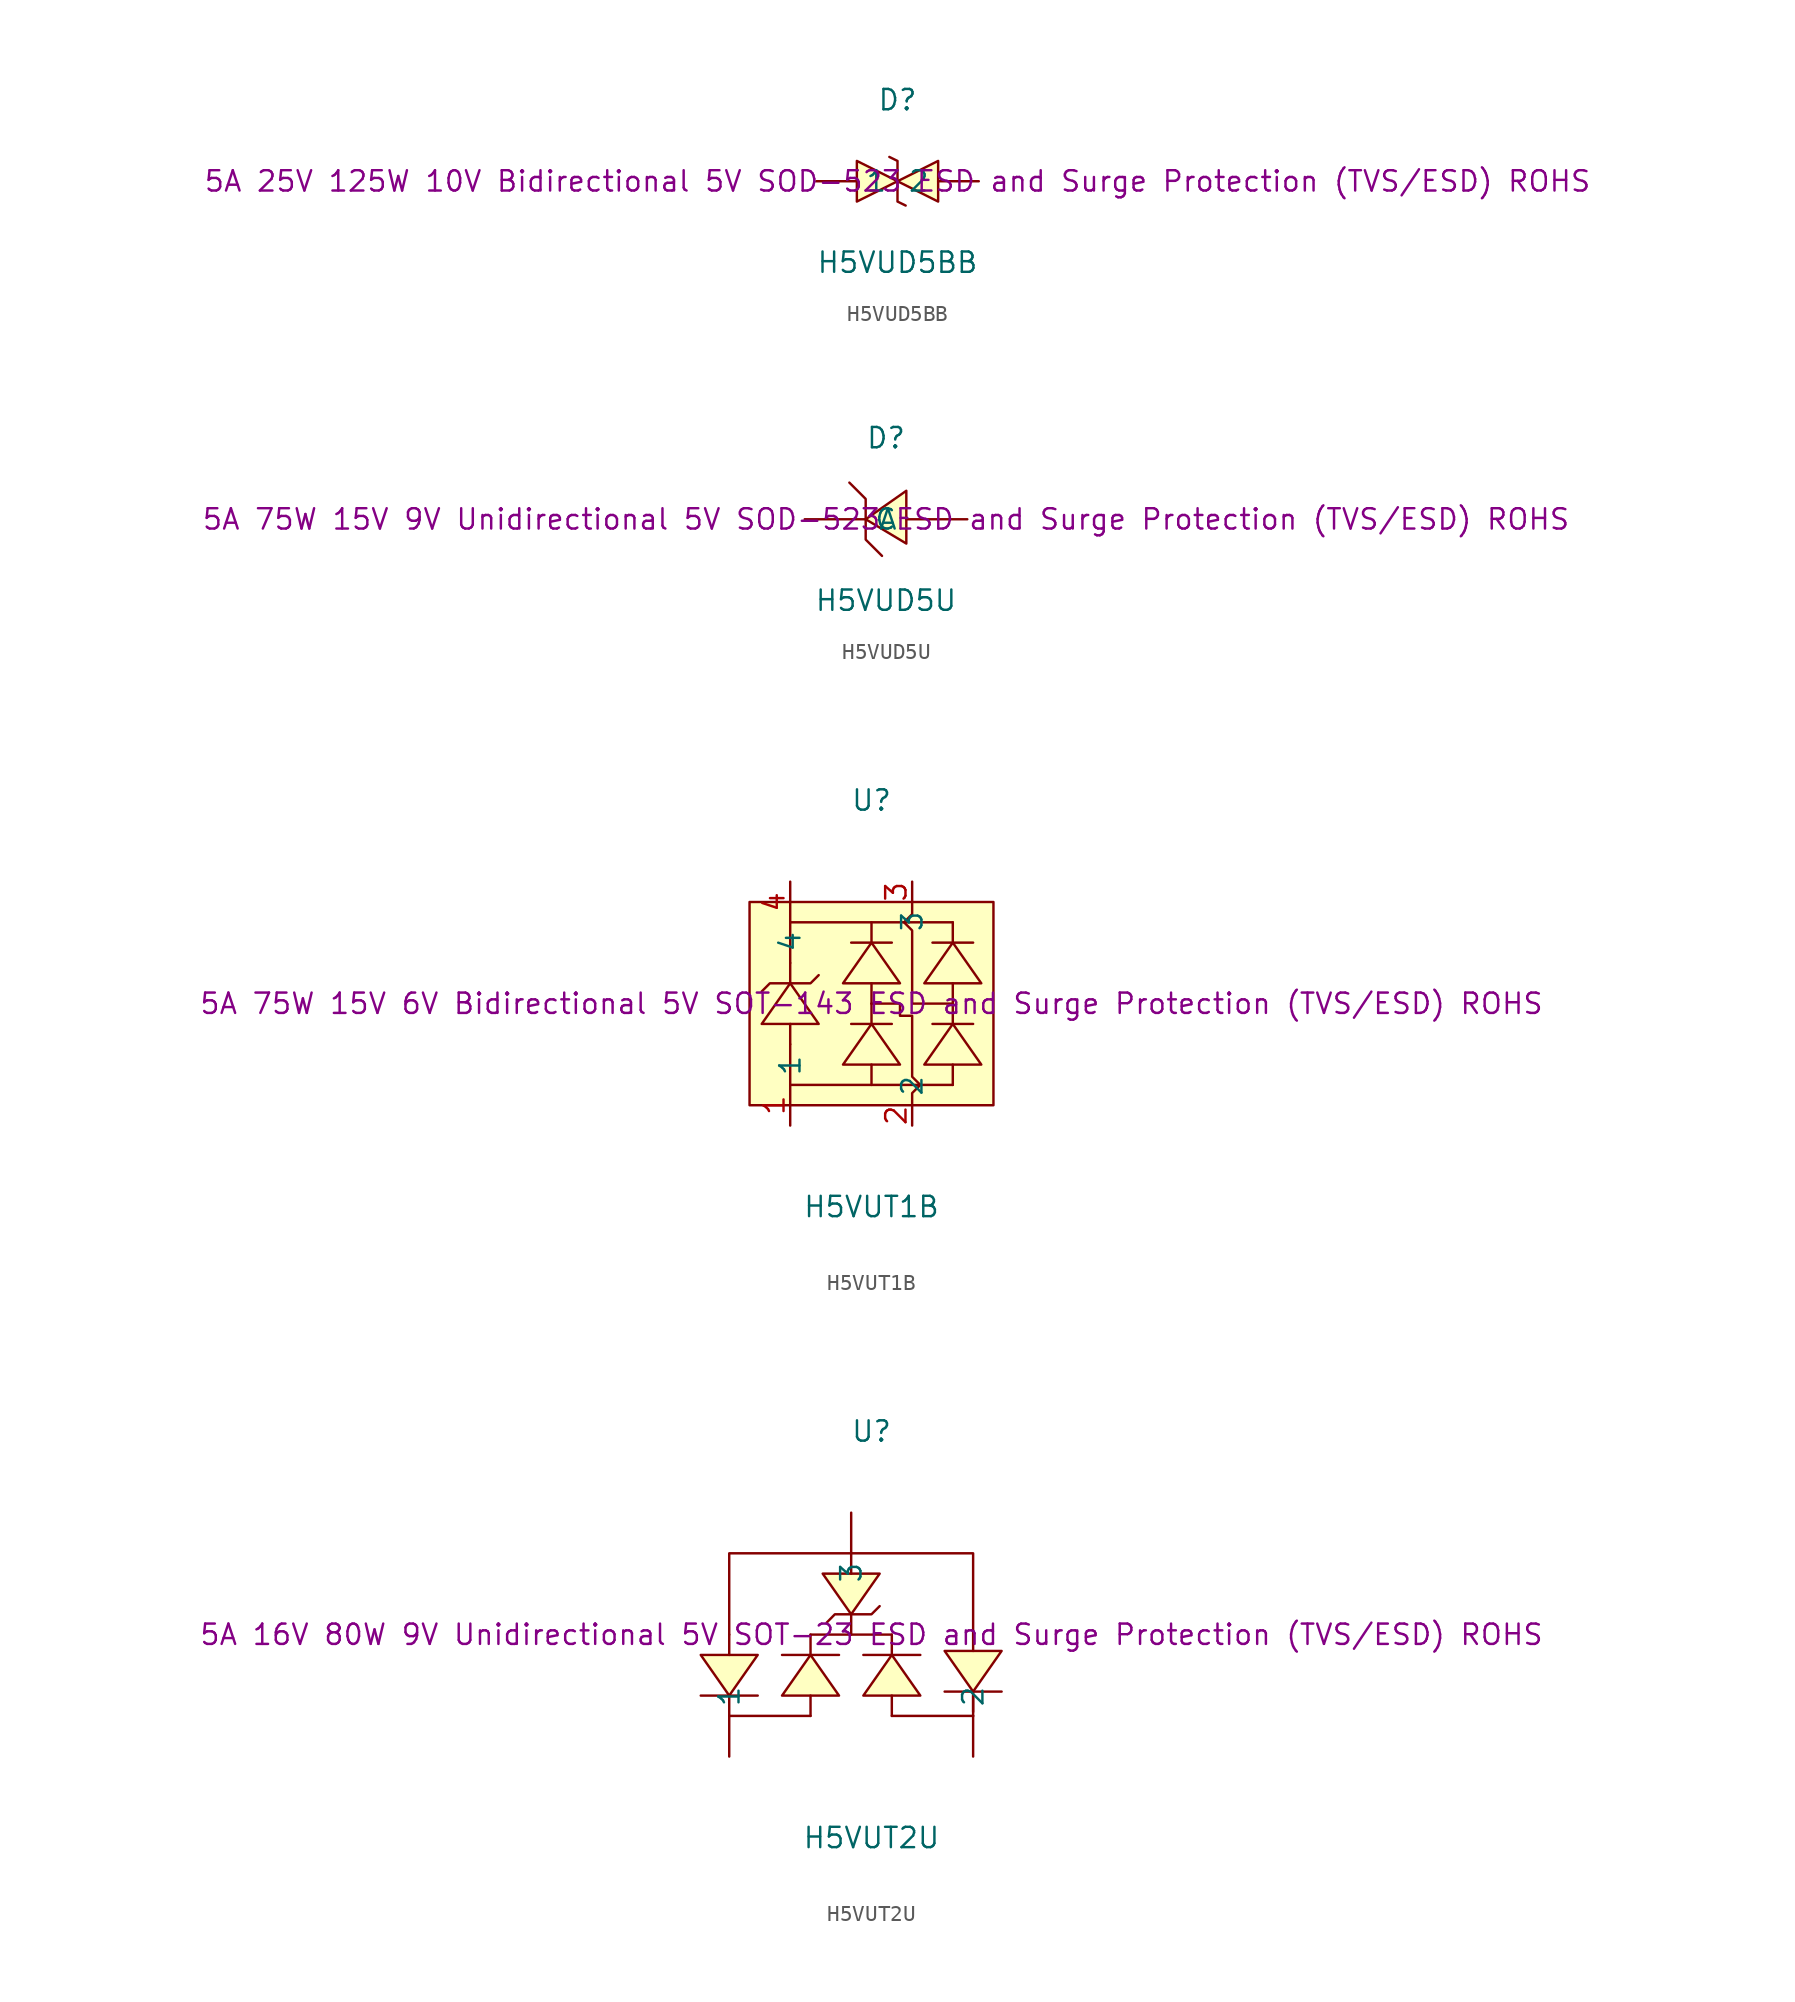
<source format=kicad_sym>
(kicad_symbol_lib
  (version 20241209)
  (generator "kicad_symbol_editor")
  (generator_version "9.0")
  (symbol "H5VUD5BB"
    (pin_numbers
      (hide yes))
    (property "Reference" "D"
      (at 0 5.08 0)
      (effects (font (size 1.27 1.27))))
    (property "Value" "H5VUD5BB"
      (at 0 -5.08 0)
      (effects (font (size 1.27 1.27))))
    (property "Description" "5A 25V 125W 10V Bidirectional 5V SOD-523 ESD and Surge Protection (TVS/ESD) ROHS"
      (at 0 0 0)
      (effects (font (size 1.27 1.27))))
    (symbol "H5VUD5BB_0_1"
      (polyline (pts (xy -2.54 1.27) (xy 0 0) (xy -2.54 -1.27) (xy -2.54 1.27)) (stroke (width 0) (type default)) (fill (type background)))
      (polyline (pts (xy -0.51 1.52) (xy -0.51 1.52) (xy 0 1.27) (xy 0 -1.27) (xy 0.51 -1.52) (xy 0.51 -1.52)) (stroke (width 0) (type default)) (fill (type none)))
      (polyline (pts (xy 2.54 1.27) (xy 0 0) (xy 2.54 -1.27) (xy 2.54 1.27)) (stroke (width 0) (type default)) (fill (type background)))
      (pin unspecified line (at -5.08 0 0) (length 2.54) (name "1" (effects (font (size 1.27 1.27)))) (number "1" (effects (font (size 1.27 1.27)))))
      (pin unspecified line (at 5.08 0 180) (length 2.54) (name "2" (effects (font (size 1.27 1.27)))) (number "2" (effects (font (size 1.27 1.27)))))))
  (symbol "H5VUD5U"
    (pin_numbers
      (hide yes))
    (property "Reference" "D"
      (at 0 5.08 0)
      (effects (font (size 1.27 1.27))))
    (property "Value" "H5VUD5U"
      (at 0 -5.08 0)
      (effects (font (size 1.27 1.27))))
    (property "Description" "5A 75W 15V 9V Unidirectional 5V SOD-523 ESD and Surge Protection (TVS/ESD) ROHS"
      (at 0 0 0)
      (effects (font (size 1.27 1.27))))
    (symbol "H5VUD5U_0_1"
      (polyline (pts (xy -2.29 2.29) (xy -1.27 1.27) (xy -1.27 -1.27) (xy -0.25 -2.29)) (stroke (width 0) (type default)) (fill (type none)))
      (polyline (pts (xy 1.27 -1.52) (xy -1.27 0) (xy 1.27 1.78) (xy 1.27 -1.52)) (stroke (width 0) (type default)) (fill (type background)))
      (pin unspecified line (at -5.08 0 0) (length 3.81) (name "C" (effects (font (size 1.27 1.27)))) (number "1" (effects (font (size 1.27 1.27)))))
      (pin unspecified line (at 5.08 0 180) (length 3.81) (name "A" (effects (font (size 1.27 1.27)))) (number "2" (effects (font (size 1.27 1.27)))))))
  (symbol "H5VUT1B"
    (property "Reference" "U"
      (at 0 12.7 0)
      (effects (font (size 1.27 1.27))))
    (property "Value" "H5VUT1B"
      (at 0 -12.7 0)
      (effects (font (size 1.27 1.27))))
    (property "Description" "5A 75W 15V 6V Bidirectional 5V SOT-143 ESD and Surge Protection (TVS/ESD) ROHS"
      (at 0 0 0)
      (effects (font (size 1.27 1.27))))
    (symbol "H5VUT1B_0_1"
      (rectangle (start -7.62 6.35) (end 7.62 -6.35) (stroke (width 0) (type default)) (fill (type background)))
      (polyline (pts (xy -5.08 5.08) (xy 5.08 5.08)) (stroke (width 0) (type default)) (fill (type none)))
      (polyline (pts (xy -5.08 2.54) (xy -5.08 5.08)) (stroke (width 0) (type default)) (fill (type none)))
      (polyline (pts (xy -5.08 1.27) (xy -5.08 2.54)) (stroke (width 0) (type default)) (fill (type none)))
      (polyline (pts (xy -5.08 -2.54) (xy -5.08 -1.27)) (stroke (width 0) (type default)) (fill (type none)))
      (polyline (pts (xy -5.08 -2.54) (xy -5.08 -5.08)) (stroke (width 0) (type default)) (fill (type none)))
      (polyline (pts (xy -5.08 -5.08) (xy 5.08 -5.08)) (stroke (width 0) (type default)) (fill (type none)))
      (polyline (pts (xy -3.3 1.78) (xy -3.81 1.27) (xy -6.35 1.27) (xy -6.86 0.76)) (stroke (width 0) (type default)) (fill (type none)))
      (polyline (pts (xy -3.3 -1.27) (xy -5.08 1.27) (xy -6.86 -1.27) (xy -3.3 -1.27)) (stroke (width 0) (type default)) (fill (type background)))
      (polyline (pts (xy 0 3.81) (xy 0 5.08)) (stroke (width 0) (type default)) (fill (type none)))
      (polyline (pts (xy 0 0) (xy 0 1.27)) (stroke (width 0) (type default)) (fill (type none)))
      (polyline (pts (xy 0 0) (xy 1.78 0) (xy 1.78 -0.76) (xy 2.54 -0.76) (xy 2.54 -4.57) (xy 3.05 -5.08) (xy 2.54 -5.59) (xy 2.54 -6.35)) (stroke (width 0) (type default)) (fill (type none)))
      (polyline (pts (xy 0 -1.27) (xy 0 0)) (stroke (width 0) (type default)) (fill (type none)))
      (polyline (pts (xy 0 -5.08) (xy 0 -3.81)) (stroke (width 0) (type default)) (fill (type none)))
      (polyline (pts (xy 1.27 3.81) (xy -1.27 3.81)) (stroke (width 0) (type default)) (fill (type none)))
      (polyline (pts (xy 1.27 -1.27) (xy -1.27 -1.27)) (stroke (width 0) (type default)) (fill (type none)))
      (polyline (pts (xy 1.78 1.27) (xy 0 3.81) (xy -1.78 1.27) (xy 1.78 1.27)) (stroke (width 0) (type default)) (fill (type background)))
      (polyline (pts (xy 1.78 -3.81) (xy 0 -1.27) (xy -1.78 -3.81) (xy 1.78 -3.81)) (stroke (width 0) (type default)) (fill (type background)))
      (polyline (pts (xy 5.08 3.81) (xy 5.08 5.08)) (stroke (width 0) (type default)) (fill (type none)))
      (polyline (pts (xy 5.08 0) (xy 5.08 1.27)) (stroke (width 0) (type default)) (fill (type none)))
      (polyline (pts (xy 5.08 0) (xy 2.54 0) (xy 2.54 4.57) (xy 2.03 5.08) (xy 2.54 5.59) (xy 2.54 6.35)) (stroke (width 0) (type default)) (fill (type none)))
      (polyline (pts (xy 5.08 -1.27) (xy 5.08 0)) (stroke (width 0) (type default)) (fill (type none)))
      (polyline (pts (xy 5.08 -5.08) (xy 5.08 -3.81)) (stroke (width 0) (type default)) (fill (type none)))
      (polyline (pts (xy 6.35 3.81) (xy 3.81 3.81)) (stroke (width 0) (type default)) (fill (type none)))
      (polyline (pts (xy 6.35 -1.27) (xy 3.81 -1.27)) (stroke (width 0) (type default)) (fill (type none)))
      (polyline (pts (xy 6.86 1.27) (xy 5.08 3.81) (xy 3.3 1.27) (xy 6.86 1.27)) (stroke (width 0) (type default)) (fill (type background)))
      (polyline (pts (xy 6.86 -3.81) (xy 5.08 -1.27) (xy 3.3 -3.81) (xy 6.86 -3.81)) (stroke (width 0) (type default)) (fill (type background)))
      (pin unspecified line (at -5.08 7.62 270) (length 2.54) (name "4" (effects (font (size 1.27 1.27)))) (number "4" (effects (font (size 1.27 1.27)))))
      (pin unspecified line (at -5.08 -7.62 90) (length 2.54) (name "1" (effects (font (size 1.27 1.27)))) (number "1" (effects (font (size 1.27 1.27)))))
      (pin unspecified line (at 2.54 7.62 270) (length 1.27) (name "3" (effects (font (size 1.27 1.27)))) (number "3" (effects (font (size 1.27 1.27)))))
      (pin unspecified line (at 2.54 -7.62 90) (length 1.27) (name "2" (effects (font (size 1.27 1.27)))) (number "2" (effects (font (size 1.27 1.27)))))))
  (symbol "H5VUT2U"
    (pin_numbers
      (hide yes))
    (property "Reference" "U"
      (at 0 12.7 0)
      (effects (font (size 1.27 1.27))))
    (property "Value" "H5VUT2U"
      (at 0 -12.7 0)
      (effects (font (size 1.27 1.27))))
    (property "Description" "5A 16V 80W 9V Unidirectional 5V SOT-23 ESD and Surge Protection (TVS/ESD) ROHS"
      (at 0 0 0)
      (effects (font (size 1.27 1.27))))
    (symbol "H5VUT2U_0_1"
      (polyline (pts (xy -10.67 -1.27) (xy -8.89 -3.81) (xy -7.11 -1.27) (xy -10.67 -1.27)) (stroke (width 0) (type default)) (fill (type background)))
      (polyline (pts (xy -10.67 -3.81) (xy -7.11 -3.81)) (stroke (width 0) (type default)) (fill (type none)))
      (polyline (pts (xy -8.89 0) (xy -8.89 -1.27)) (stroke (width 0) (type default)) (fill (type none)))
      (polyline (pts (xy -8.89 -3.81) (xy -8.89 -5.08)) (stroke (width 0) (type default)) (fill (type none)))
      (polyline (pts (xy -3.81 -1.27) (xy -3.81 0)) (stroke (width 0) (type default)) (fill (type none)))
      (polyline (pts (xy -3.81 -5.08) (xy -8.89 -5.08)) (stroke (width 0) (type default)) (fill (type none)))
      (polyline (pts (xy -3.81 -5.08) (xy -3.81 -3.81)) (stroke (width 0) (type default)) (fill (type none)))
      (polyline (pts (xy -3.05 3.81) (xy -1.27 1.27) (xy 0.51 3.81) (xy -3.05 3.81)) (stroke (width 0) (type default)) (fill (type background)))
      (polyline (pts (xy -2.79 0.76) (xy -2.29 1.27) (xy -1.27 1.27) (xy 0 1.27) (xy 0.51 1.78)) (stroke (width 0) (type default)) (fill (type none)))
      (polyline (pts (xy -2.03 -1.27) (xy -5.59 -1.27)) (stroke (width 0) (type default)) (fill (type none)))
      (polyline (pts (xy -2.03 -3.81) (xy -3.81 -1.27) (xy -5.59 -3.81) (xy -2.03 -3.81)) (stroke (width 0) (type default)) (fill (type background)))
      (polyline (pts (xy -1.27 5.08) (xy -1.27 3.81)) (stroke (width 0) (type default)) (fill (type none)))
      (polyline (pts (xy -1.27 1.27) (xy -1.27 0)) (stroke (width 0) (type default)) (fill (type none)))
      (polyline (pts (xy 1.27 0) (xy -3.81 0)) (stroke (width 0) (type default)) (fill (type none)))
      (polyline (pts (xy 1.27 -1.27) (xy 1.27 0)) (stroke (width 0) (type default)) (fill (type none)))
      (polyline (pts (xy 1.27 -5.08) (xy 1.27 -3.81)) (stroke (width 0) (type default)) (fill (type none)))
      (polyline (pts (xy 3.05 -1.27) (xy -0.51 -1.27)) (stroke (width 0) (type default)) (fill (type none)))
      (polyline (pts (xy 3.05 -3.81) (xy 1.27 -1.27) (xy -0.51 -3.81) (xy 3.05 -3.81)) (stroke (width 0) (type default)) (fill (type background)))
      (polyline (pts (xy 6.35 -1.02) (xy 6.35 5.08) (xy -8.89 5.08) (xy -8.89 0)) (stroke (width 0) (type default)) (fill (type none)))
      (polyline (pts (xy 6.35 -3.56) (xy 6.35 -4.83)) (stroke (width 0) (type default)) (fill (type none)))
      (polyline (pts (xy 6.35 -5.08) (xy 1.27 -5.08)) (stroke (width 0) (type default)) (fill (type none)))
      (polyline (pts (xy 6.35 -5.08) (xy 6.35 -3.81)) (stroke (width 0) (type default)) (fill (type none)))
      (polyline (pts (xy 8.13 -1.02) (xy 6.35 -3.56) (xy 4.57 -1.02) (xy 8.13 -1.02)) (stroke (width 0) (type default)) (fill (type background)))
      (polyline (pts (xy 8.13 -3.56) (xy 4.57 -3.56)) (stroke (width 0) (type default)) (fill (type none)))
      (pin unspecified line (at -8.89 -7.62 90) (length 2.54) (name "1" (effects (font (size 1.27 1.27)))) (number "1" (effects (font (size 1.27 1.27)))))
      (pin unspecified line (at -1.27 7.62 270) (length 2.54) (name "3" (effects (font (size 1.27 1.27)))) (number "3" (effects (font (size 1.27 1.27)))))
      (pin unspecified line (at 6.35 -7.62 90) (length 2.54) (name "2" (effects (font (size 1.27 1.27)))) (number "2" (effects (font (size 1.27 1.27))))))))
</source>
